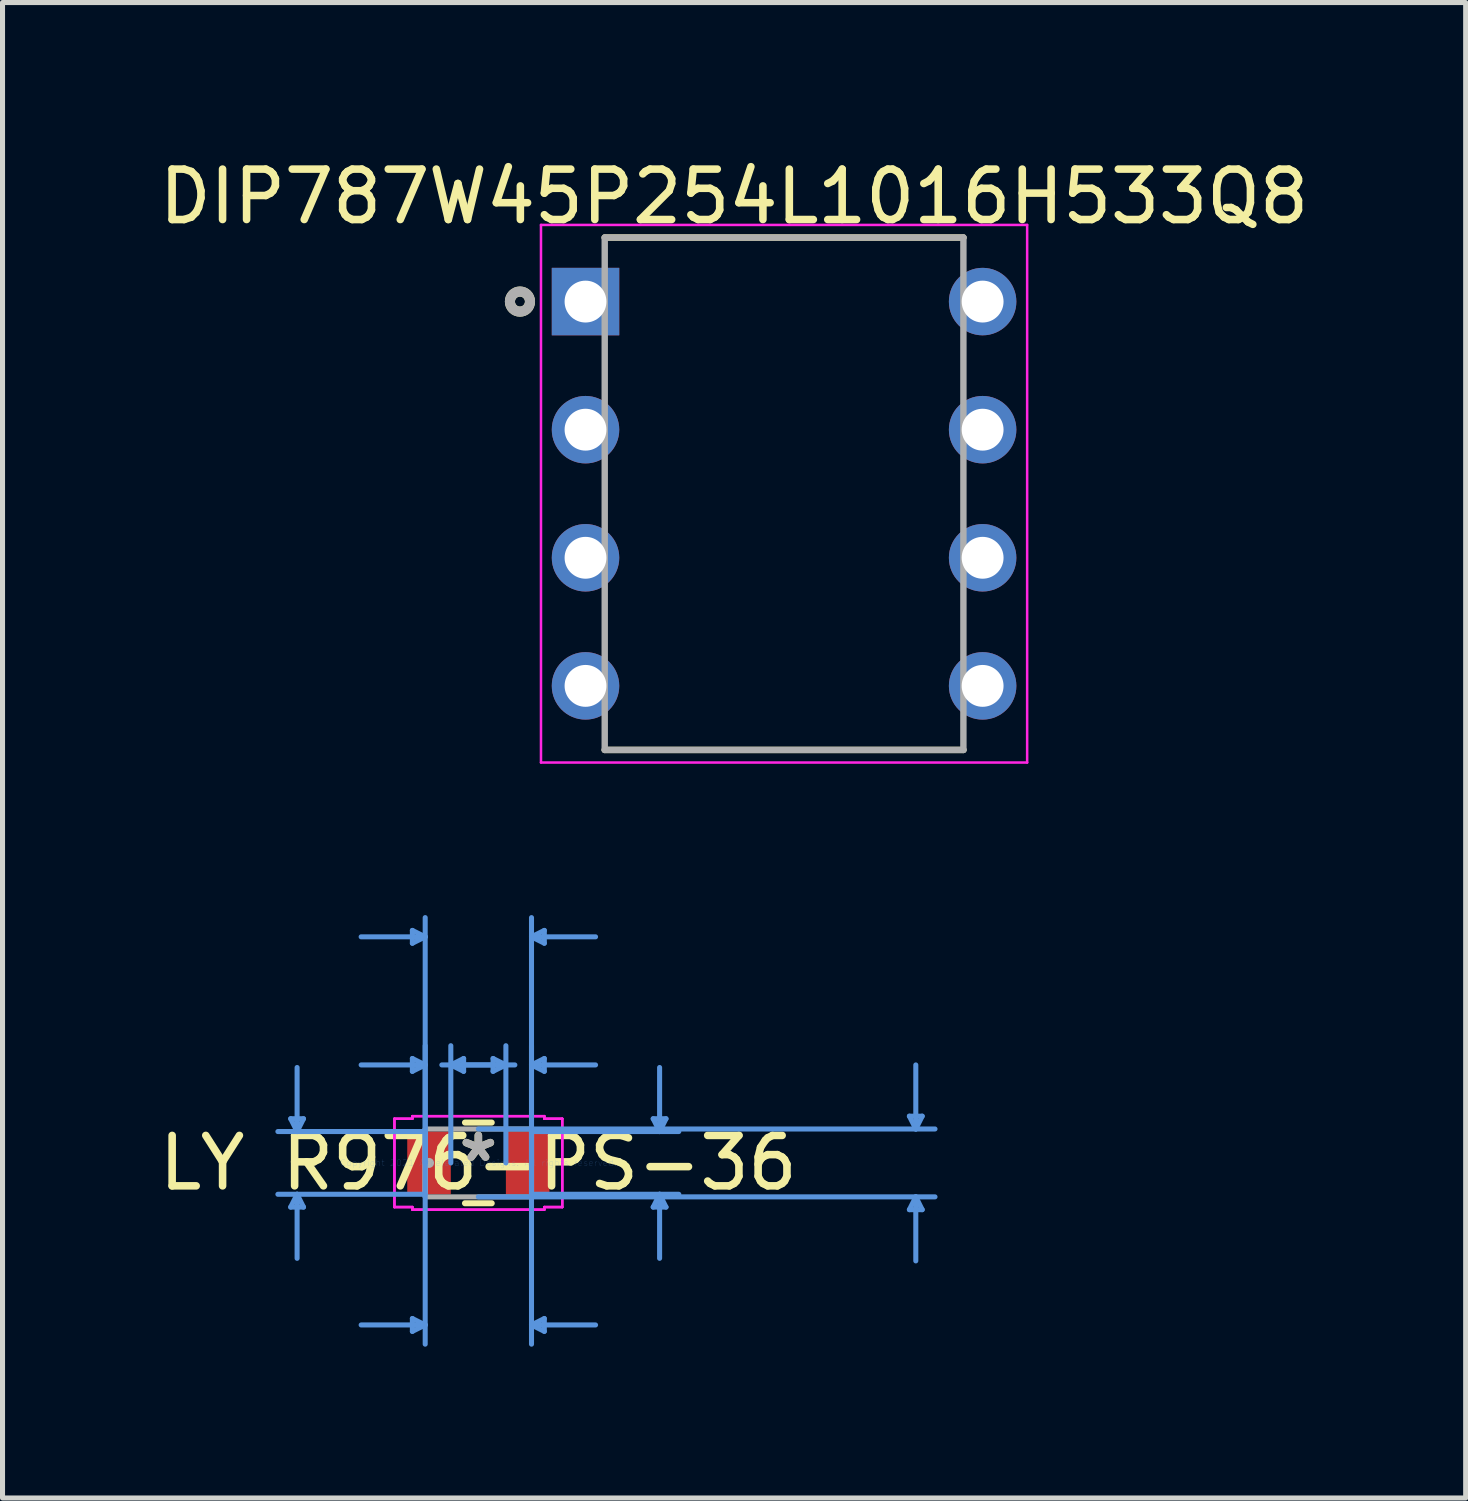
<source format=kicad_pcb>
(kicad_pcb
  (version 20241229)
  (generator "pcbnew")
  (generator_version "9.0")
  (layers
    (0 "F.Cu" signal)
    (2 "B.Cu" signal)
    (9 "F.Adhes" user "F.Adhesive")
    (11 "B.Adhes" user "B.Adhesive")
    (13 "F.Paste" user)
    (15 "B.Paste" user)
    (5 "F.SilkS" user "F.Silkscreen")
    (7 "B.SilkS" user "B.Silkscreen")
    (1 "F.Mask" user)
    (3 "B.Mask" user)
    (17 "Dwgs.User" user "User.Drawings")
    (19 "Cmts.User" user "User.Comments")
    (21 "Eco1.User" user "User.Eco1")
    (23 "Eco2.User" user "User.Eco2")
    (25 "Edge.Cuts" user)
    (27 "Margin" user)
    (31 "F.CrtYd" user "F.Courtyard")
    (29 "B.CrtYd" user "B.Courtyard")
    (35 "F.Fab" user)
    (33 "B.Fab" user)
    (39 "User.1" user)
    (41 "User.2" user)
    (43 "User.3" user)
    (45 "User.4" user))
  (footprint "DIP787W45P254L1016H533Q8"
    (layer "F.Cu")
    (at 12.497 6.74)
    (property "Reference" "DIP787W45P254L1016H533Q8" (at -0.991 -5.892 0) (layer "F.SilkS") (effects (font (size 1 1) (thickness 0.15))))
    (attr through_hole)
    (fp_line (start -3.556 -5.08) (end 3.556 -5.08) (stroke (width 0.127) (type solid)) (layer "F.SilkS"))
    (fp_line (start -3.556 5.08) (end 3.556 5.08) (stroke (width 0.127) (type solid)) (layer "F.SilkS"))
    (fp_circle (center -5.237 -3.81) (end -5.138 -3.81) (stroke (width 0.2) (type solid)) (fill no) (layer "F.SilkS"))
    (fp_line (start -4.82 -5.33) (end -4.82 5.33) (stroke (width 0.05) (type solid)) (layer "F.CrtYd"))
    (fp_line (start 4.82 -5.33) (end -4.82 -5.33) (stroke (width 0.05) (type solid)) (layer "F.CrtYd"))
    (fp_line (start 4.82 -5.33) (end 4.82 5.33) (stroke (width 0.05) (type solid)) (layer "F.CrtYd"))
    (fp_line (start 4.82 5.33) (end -4.82 5.33) (stroke (width 0.05) (type solid)) (layer "F.CrtYd"))
    (fp_line (start -3.556 -5.08) (end -3.556 5.08) (stroke (width 0.127) (type solid)) (layer "F.Fab"))
    (fp_line (start -3.556 -5.08) (end 3.556 -5.08) (stroke (width 0.127) (type solid)) (layer "F.Fab"))
    (fp_line (start -3.556 5.08) (end 3.556 5.08) (stroke (width 0.127) (type solid)) (layer "F.Fab"))
    (fp_line (start 3.556 -5.08) (end 3.556 5.08) (stroke (width 0.127) (type solid)) (layer "F.Fab"))
    (fp_circle (center -5.237 -3.81) (end -5.138 -3.81) (stroke (width 0.2) (type solid)) (fill no) (layer "F.Fab"))
    (pad "1" thru_hole rect (at -3.937 -3.81) (size 1.338 1.338) (drill 0.83) (layers "*.Cu" "*.Mask"))
    (pad "2" thru_hole circle (at -3.937 -1.27) (size 1.338 1.338) (drill 0.83) (layers "*.Cu" "*.Mask"))
    (pad "3" thru_hole circle (at -3.937 1.27) (size 1.338 1.338) (drill 0.83) (layers "*.Cu" "*.Mask"))
    (pad "4" thru_hole circle (at -3.937 3.81) (size 1.338 1.338) (drill 0.83) (layers "*.Cu" "*.Mask"))
    (pad "5" thru_hole circle (at 3.937 3.81) (size 1.338 1.338) (drill 0.83) (layers "*.Cu" "*.Mask"))
    (pad "6" thru_hole circle (at 3.937 1.27) (size 1.338 1.338) (drill 0.83) (layers "*.Cu" "*.Mask"))
    (pad "7" thru_hole circle (at 3.937 -1.27) (size 1.338 1.338) (drill 0.83) (layers "*.Cu" "*.Mask"))
    (pad "8" thru_hole circle (at 3.937 -3.81) (size 1.338 1.338) (drill 0.83) (layers "*.Cu" "*.Mask")))
  (footprint "LY R976-PS-36"
    (layer "F.Cu")
    (at 6.435 20.009)
    (property "Reference" "LY R976-PS-36" (at 0 0 0) (layer "F.SilkS") (effects (font (size 1 1) (thickness 0.15))))
    (attr through_hole)
    (fp_line (start -0.265 0.8) (end 0.265 0.8) (stroke (width 0.12) (type solid)) (layer "F.SilkS"))
    (fp_line (start 0.265 -0.8) (end -0.265 -0.8) (stroke (width 0.12) (type solid)) (layer "F.SilkS"))
    (fp_line (start -3.721 -0.876) (end -3.467 -0.876) (stroke (width 0.1) (type solid)) (layer "Cmts.User"))
    (fp_line (start -3.721 0.876) (end -3.467 0.876) (stroke (width 0.1) (type solid)) (layer "Cmts.User"))
    (fp_line (start -3.594 -0.622) (end -3.721 -0.876) (stroke (width 0.1) (type solid)) (layer "Cmts.User"))
    (fp_line (start -3.594 -0.622) (end -3.594 -1.892) (stroke (width 0.1) (type solid)) (layer "Cmts.User"))
    (fp_line (start -3.594 -0.622) (end -3.467 -0.876) (stroke (width 0.1) (type solid)) (layer "Cmts.User"))
    (fp_line (start -3.594 0.622) (end -3.721 0.876) (stroke (width 0.1) (type solid)) (layer "Cmts.User"))
    (fp_line (start -3.594 0.622) (end -3.594 1.892) (stroke (width 0.1) (type solid)) (layer "Cmts.User"))
    (fp_line (start -3.594 0.622) (end -3.467 0.876) (stroke (width 0.1) (type solid)) (layer "Cmts.User"))
    (fp_line (start -1.308 -4.61) (end -1.308 -4.356) (stroke (width 0.1) (type solid)) (layer "Cmts.User"))
    (fp_line (start -1.308 -2.07) (end -1.308 -1.816) (stroke (width 0.1) (type solid)) (layer "Cmts.User"))
    (fp_line (start -1.308 3.086) (end -1.308 3.34) (stroke (width 0.1) (type solid)) (layer "Cmts.User"))
    (fp_line (start -1.054 -4.483) (end -2.324 -4.483) (stroke (width 0.1) (type solid)) (layer "Cmts.User"))
    (fp_line (start -1.054 -4.483) (end -1.308 -4.61) (stroke (width 0.1) (type solid)) (layer "Cmts.User"))
    (fp_line (start -1.054 -4.483) (end -1.308 -4.356) (stroke (width 0.1) (type solid)) (layer "Cmts.User"))
    (fp_line (start -1.054 -1.943) (end -2.324 -1.943) (stroke (width 0.1) (type solid)) (layer "Cmts.User"))
    (fp_line (start -1.054 -1.943) (end -1.308 -2.07) (stroke (width 0.1) (type solid)) (layer "Cmts.User"))
    (fp_line (start -1.054 -1.943) (end -1.308 -1.816) (stroke (width 0.1) (type solid)) (layer "Cmts.User"))
    (fp_line (start -1.054 -0.622) (end -3.975 -0.622) (stroke (width 0.1) (type solid)) (layer "Cmts.User"))
    (fp_line (start -1.054 0) (end -1.054 -4.864) (stroke (width 0.1) (type solid)) (layer "Cmts.User"))
    (fp_line (start -1.054 0) (end -1.054 -2.324) (stroke (width 0.1) (type solid)) (layer "Cmts.User"))
    (fp_line (start -1.054 0) (end -1.054 3.594) (stroke (width 0.1) (type solid)) (layer "Cmts.User"))
    (fp_line (start -1.054 0.622) (end -3.975 0.622) (stroke (width 0.1) (type solid)) (layer "Cmts.User"))
    (fp_line (start -1.054 3.213) (end -2.324 3.213) (stroke (width 0.1) (type solid)) (layer "Cmts.User"))
    (fp_line (start -1.054 3.213) (end -1.308 3.086) (stroke (width 0.1) (type solid)) (layer "Cmts.User"))
    (fp_line (start -1.054 3.213) (end -1.308 3.34) (stroke (width 0.1) (type solid)) (layer "Cmts.User"))
    (fp_line (start -0.546 -1.943) (end -0.292 -2.07) (stroke (width 0.1) (type solid)) (layer "Cmts.User"))
    (fp_line (start -0.546 -1.943) (end -0.292 -1.816) (stroke (width 0.1) (type solid)) (layer "Cmts.User"))
    (fp_line (start -0.546 -1.943) (end 0.724 -1.943) (stroke (width 0.1) (type solid)) (layer "Cmts.User"))
    (fp_line (start -0.546 0) (end -0.546 -2.324) (stroke (width 0.1) (type solid)) (layer "Cmts.User"))
    (fp_line (start -0.292 -2.07) (end -0.292 -1.816) (stroke (width 0.1) (type solid)) (layer "Cmts.User"))
    (fp_line (start 0 -0.673) (end 9.055 -0.673) (stroke (width 0.1) (type solid)) (layer "Cmts.User"))
    (fp_line (start 0 0.673) (end 9.055 0.673) (stroke (width 0.1) (type solid)) (layer "Cmts.User"))
    (fp_line (start 0.292 -2.07) (end 0.292 -1.816) (stroke (width 0.1) (type solid)) (layer "Cmts.User"))
    (fp_line (start 0.546 -1.943) (end -0.724 -1.943) (stroke (width 0.1) (type solid)) (layer "Cmts.User"))
    (fp_line (start 0.546 -1.943) (end 0.292 -2.07) (stroke (width 0.1) (type solid)) (layer "Cmts.User"))
    (fp_line (start 0.546 -1.943) (end 0.292 -1.816) (stroke (width 0.1) (type solid)) (layer "Cmts.User"))
    (fp_line (start 0.546 0) (end 0.546 -2.324) (stroke (width 0.1) (type solid)) (layer "Cmts.User"))
    (fp_line (start 1.054 -4.483) (end 1.308 -4.61) (stroke (width 0.1) (type solid)) (layer "Cmts.User"))
    (fp_line (start 1.054 -4.483) (end 1.308 -4.356) (stroke (width 0.1) (type solid)) (layer "Cmts.User"))
    (fp_line (start 1.054 -4.483) (end 2.324 -4.483) (stroke (width 0.1) (type solid)) (layer "Cmts.User"))
    (fp_line (start 1.054 -1.943) (end 1.308 -2.07) (stroke (width 0.1) (type solid)) (layer "Cmts.User"))
    (fp_line (start 1.054 -1.943) (end 1.308 -1.816) (stroke (width 0.1) (type solid)) (layer "Cmts.User"))
    (fp_line (start 1.054 -1.943) (end 2.324 -1.943) (stroke (width 0.1) (type solid)) (layer "Cmts.User"))
    (fp_line (start 1.054 -0.622) (end 3.975 -0.622) (stroke (width 0.1) (type solid)) (layer "Cmts.User"))
    (fp_line (start 1.054 0) (end 1.054 -4.864) (stroke (width 0.1) (type solid)) (layer "Cmts.User"))
    (fp_line (start 1.054 0) (end 1.054 -2.324) (stroke (width 0.1) (type solid)) (layer "Cmts.User"))
    (fp_line (start 1.054 0) (end 1.054 3.594) (stroke (width 0.1) (type solid)) (layer "Cmts.User"))
    (fp_line (start 1.054 0.622) (end 3.975 0.622) (stroke (width 0.1) (type solid)) (layer "Cmts.User"))
    (fp_line (start 1.054 3.213) (end 1.308 3.086) (stroke (width 0.1) (type solid)) (layer "Cmts.User"))
    (fp_line (start 1.054 3.213) (end 1.308 3.34) (stroke (width 0.1) (type solid)) (layer "Cmts.User"))
    (fp_line (start 1.054 3.213) (end 2.324 3.213) (stroke (width 0.1) (type solid)) (layer "Cmts.User"))
    (fp_line (start 1.308 -4.61) (end 1.308 -4.356) (stroke (width 0.1) (type solid)) (layer "Cmts.User"))
    (fp_line (start 1.308 -2.07) (end 1.308 -1.816) (stroke (width 0.1) (type solid)) (layer "Cmts.User"))
    (fp_line (start 1.308 3.086) (end 1.308 3.34) (stroke (width 0.1) (type solid)) (layer "Cmts.User"))
    (fp_line (start 3.467 -0.876) (end 3.721 -0.876) (stroke (width 0.1) (type solid)) (layer "Cmts.User"))
    (fp_line (start 3.467 0.876) (end 3.721 0.876) (stroke (width 0.1) (type solid)) (layer "Cmts.User"))
    (fp_line (start 3.594 -0.622) (end 3.467 -0.876) (stroke (width 0.1) (type solid)) (layer "Cmts.User"))
    (fp_line (start 3.594 -0.622) (end 3.594 -1.892) (stroke (width 0.1) (type solid)) (layer "Cmts.User"))
    (fp_line (start 3.594 -0.622) (end 3.721 -0.876) (stroke (width 0.1) (type solid)) (layer "Cmts.User"))
    (fp_line (start 3.594 0.622) (end 3.467 0.876) (stroke (width 0.1) (type solid)) (layer "Cmts.User"))
    (fp_line (start 3.594 0.622) (end 3.594 1.892) (stroke (width 0.1) (type solid)) (layer "Cmts.User"))
    (fp_line (start 3.594 0.622) (end 3.721 0.876) (stroke (width 0.1) (type solid)) (layer "Cmts.User"))
    (fp_line (start 8.547 -0.927) (end 8.801 -0.927) (stroke (width 0.1) (type solid)) (layer "Cmts.User"))
    (fp_line (start 8.547 0.927) (end 8.801 0.927) (stroke (width 0.1) (type solid)) (layer "Cmts.User"))
    (fp_line (start 8.674 -0.673) (end 8.547 -0.927) (stroke (width 0.1) (type solid)) (layer "Cmts.User"))
    (fp_line (start 8.674 -0.673) (end 8.674 -1.943) (stroke (width 0.1) (type solid)) (layer "Cmts.User"))
    (fp_line (start 8.674 -0.673) (end 8.801 -0.927) (stroke (width 0.1) (type solid)) (layer "Cmts.User"))
    (fp_line (start 8.674 0.673) (end 8.547 0.927) (stroke (width 0.1) (type solid)) (layer "Cmts.User"))
    (fp_line (start 8.674 0.673) (end 8.674 1.943) (stroke (width 0.1) (type solid)) (layer "Cmts.User"))
    (fp_line (start 8.674 0.673) (end 8.801 0.927) (stroke (width 0.1) (type solid)) (layer "Cmts.User"))
    (fp_line (start -1.664 -0.876) (end -1.308 -0.876) (stroke (width 0.05) (type solid)) (layer "F.CrtYd"))
    (fp_line (start -1.664 -0.876) (end -1.308 -0.876) (stroke (width 0.05) (type solid)) (layer "F.CrtYd"))
    (fp_line (start -1.664 0.876) (end -1.664 -0.876) (stroke (width 0.05) (type solid)) (layer "F.CrtYd"))
    (fp_line (start -1.664 0.876) (end -1.664 -0.876) (stroke (width 0.05) (type solid)) (layer "F.CrtYd"))
    (fp_line (start -1.308 -0.927) (end 1.308 -0.927) (stroke (width 0.05) (type solid)) (layer "F.CrtYd"))
    (fp_line (start -1.308 -0.927) (end 1.308 -0.927) (stroke (width 0.05) (type solid)) (layer "F.CrtYd"))
    (fp_line (start -1.308 -0.876) (end -1.308 -0.927) (stroke (width 0.05) (type solid)) (layer "F.CrtYd"))
    (fp_line (start -1.308 -0.876) (end -1.308 -0.927) (stroke (width 0.05) (type solid)) (layer "F.CrtYd"))
    (fp_line (start -1.308 0.876) (end -1.664 0.876) (stroke (width 0.05) (type solid)) (layer "F.CrtYd"))
    (fp_line (start -1.308 0.876) (end -1.664 0.876) (stroke (width 0.05) (type solid)) (layer "F.CrtYd"))
    (fp_line (start -1.308 0.927) (end -1.308 0.876) (stroke (width 0.05) (type solid)) (layer "F.CrtYd"))
    (fp_line (start -1.308 0.927) (end -1.308 0.876) (stroke (width 0.05) (type solid)) (layer "F.CrtYd"))
    (fp_line (start 1.308 -0.927) (end 1.308 -0.876) (stroke (width 0.05) (type solid)) (layer "F.CrtYd"))
    (fp_line (start 1.308 -0.927) (end 1.308 -0.876) (stroke (width 0.05) (type solid)) (layer "F.CrtYd"))
    (fp_line (start 1.308 -0.876) (end 1.664 -0.876) (stroke (width 0.05) (type solid)) (layer "F.CrtYd"))
    (fp_line (start 1.308 -0.876) (end 1.664 -0.876) (stroke (width 0.05) (type solid)) (layer "F.CrtYd"))
    (fp_line (start 1.308 0.876) (end 1.308 0.927) (stroke (width 0.05) (type solid)) (layer "F.CrtYd"))
    (fp_line (start 1.308 0.876) (end 1.308 0.927) (stroke (width 0.05) (type solid)) (layer "F.CrtYd"))
    (fp_line (start 1.308 0.927) (end -1.308 0.927) (stroke (width 0.05) (type solid)) (layer "F.CrtYd"))
    (fp_line (start 1.308 0.927) (end -1.308 0.927) (stroke (width 0.05) (type solid)) (layer "F.CrtYd"))
    (fp_line (start 1.664 -0.876) (end 1.664 0.876) (stroke (width 0.05) (type solid)) (layer "F.CrtYd"))
    (fp_line (start 1.664 -0.876) (end 1.664 0.876) (stroke (width 0.05) (type solid)) (layer "F.CrtYd"))
    (fp_line (start 1.664 0.876) (end 1.308 0.876) (stroke (width 0.05) (type solid)) (layer "F.CrtYd"))
    (fp_line (start 1.664 0.876) (end 1.308 0.876) (stroke (width 0.05) (type solid)) (layer "F.CrtYd"))
    (fp_line (start -1.054 -0.673) (end -1.054 0.673) (stroke (width 0.1) (type solid)) (layer "F.Fab"))
    (fp_line (start -1.054 -0.622) (end -1.054 -0.622) (stroke (width 0.1) (type solid)) (layer "F.Fab"))
    (fp_line (start -1.054 -0.622) (end -1.054 0.622) (stroke (width 0.1) (type solid)) (layer "F.Fab"))
    (fp_line (start -1.054 0.622) (end -1.054 -0.622) (stroke (width 0.1) (type solid)) (layer "F.Fab"))
    (fp_line (start -1.054 0.622) (end -1.054 0.622) (stroke (width 0.1) (type solid)) (layer "F.Fab"))
    (fp_line (start -1.054 0.673) (end 1.054 0.673) (stroke (width 0.1) (type solid)) (layer "F.Fab"))
    (fp_line (start 1.054 -0.673) (end -1.054 -0.673) (stroke (width 0.1) (type solid)) (layer "F.Fab"))
    (fp_line (start 1.054 -0.622) (end 1.054 -0.622) (stroke (width 0.1) (type solid)) (layer "F.Fab"))
    (fp_line (start 1.054 -0.622) (end 1.054 0.622) (stroke (width 0.1) (type solid)) (layer "F.Fab"))
    (fp_line (start 1.054 0.622) (end 1.054 -0.622) (stroke (width 0.1) (type solid)) (layer "F.Fab"))
    (fp_line (start 1.054 0.622) (end 1.054 0.622) (stroke (width 0.1) (type solid)) (layer "F.Fab"))
    (fp_line (start 1.054 0.673) (end 1.054 -0.673) (stroke (width 0.1) (type solid)) (layer "F.Fab"))
    (fp_circle (center -0.978 0) (end -0.978 0) (stroke (width 0.1) (type solid)) (fill no) (layer "F.Fab"))
    (fp_text user "*" (at 0 0 0) (layer "F.SilkS") (effects (font (size 1 1) (thickness 0.15))))
    (fp_text user "Copyright 2021 Accelerated Designs. All rights reserved." (at 0 0 0) (layer "Cmts.User") (effects (font (size 0.127 0.127) (thickness 0.002))))
    (fp_text user "*" (at 0 0 0) (layer "F.Fab") (effects (font (size 1 1) (thickness 0.15))))
    (pad "1" smd rect (at -0.978 0) (size 0.864 1.245) (layers "F.Cu" "F.Mask" "F.Paste"))
    (pad "2" smd rect (at 0.978 0) (size 0.864 1.245) (layers "F.Cu" "F.Mask" "F.Paste")))
  (gr_rect
    (start -3 -3)
    (end 26.012 26.653)
    (stroke (width 0.1) (type default))
    (fill no)
    (layer "Edge.Cuts")))
</source>
